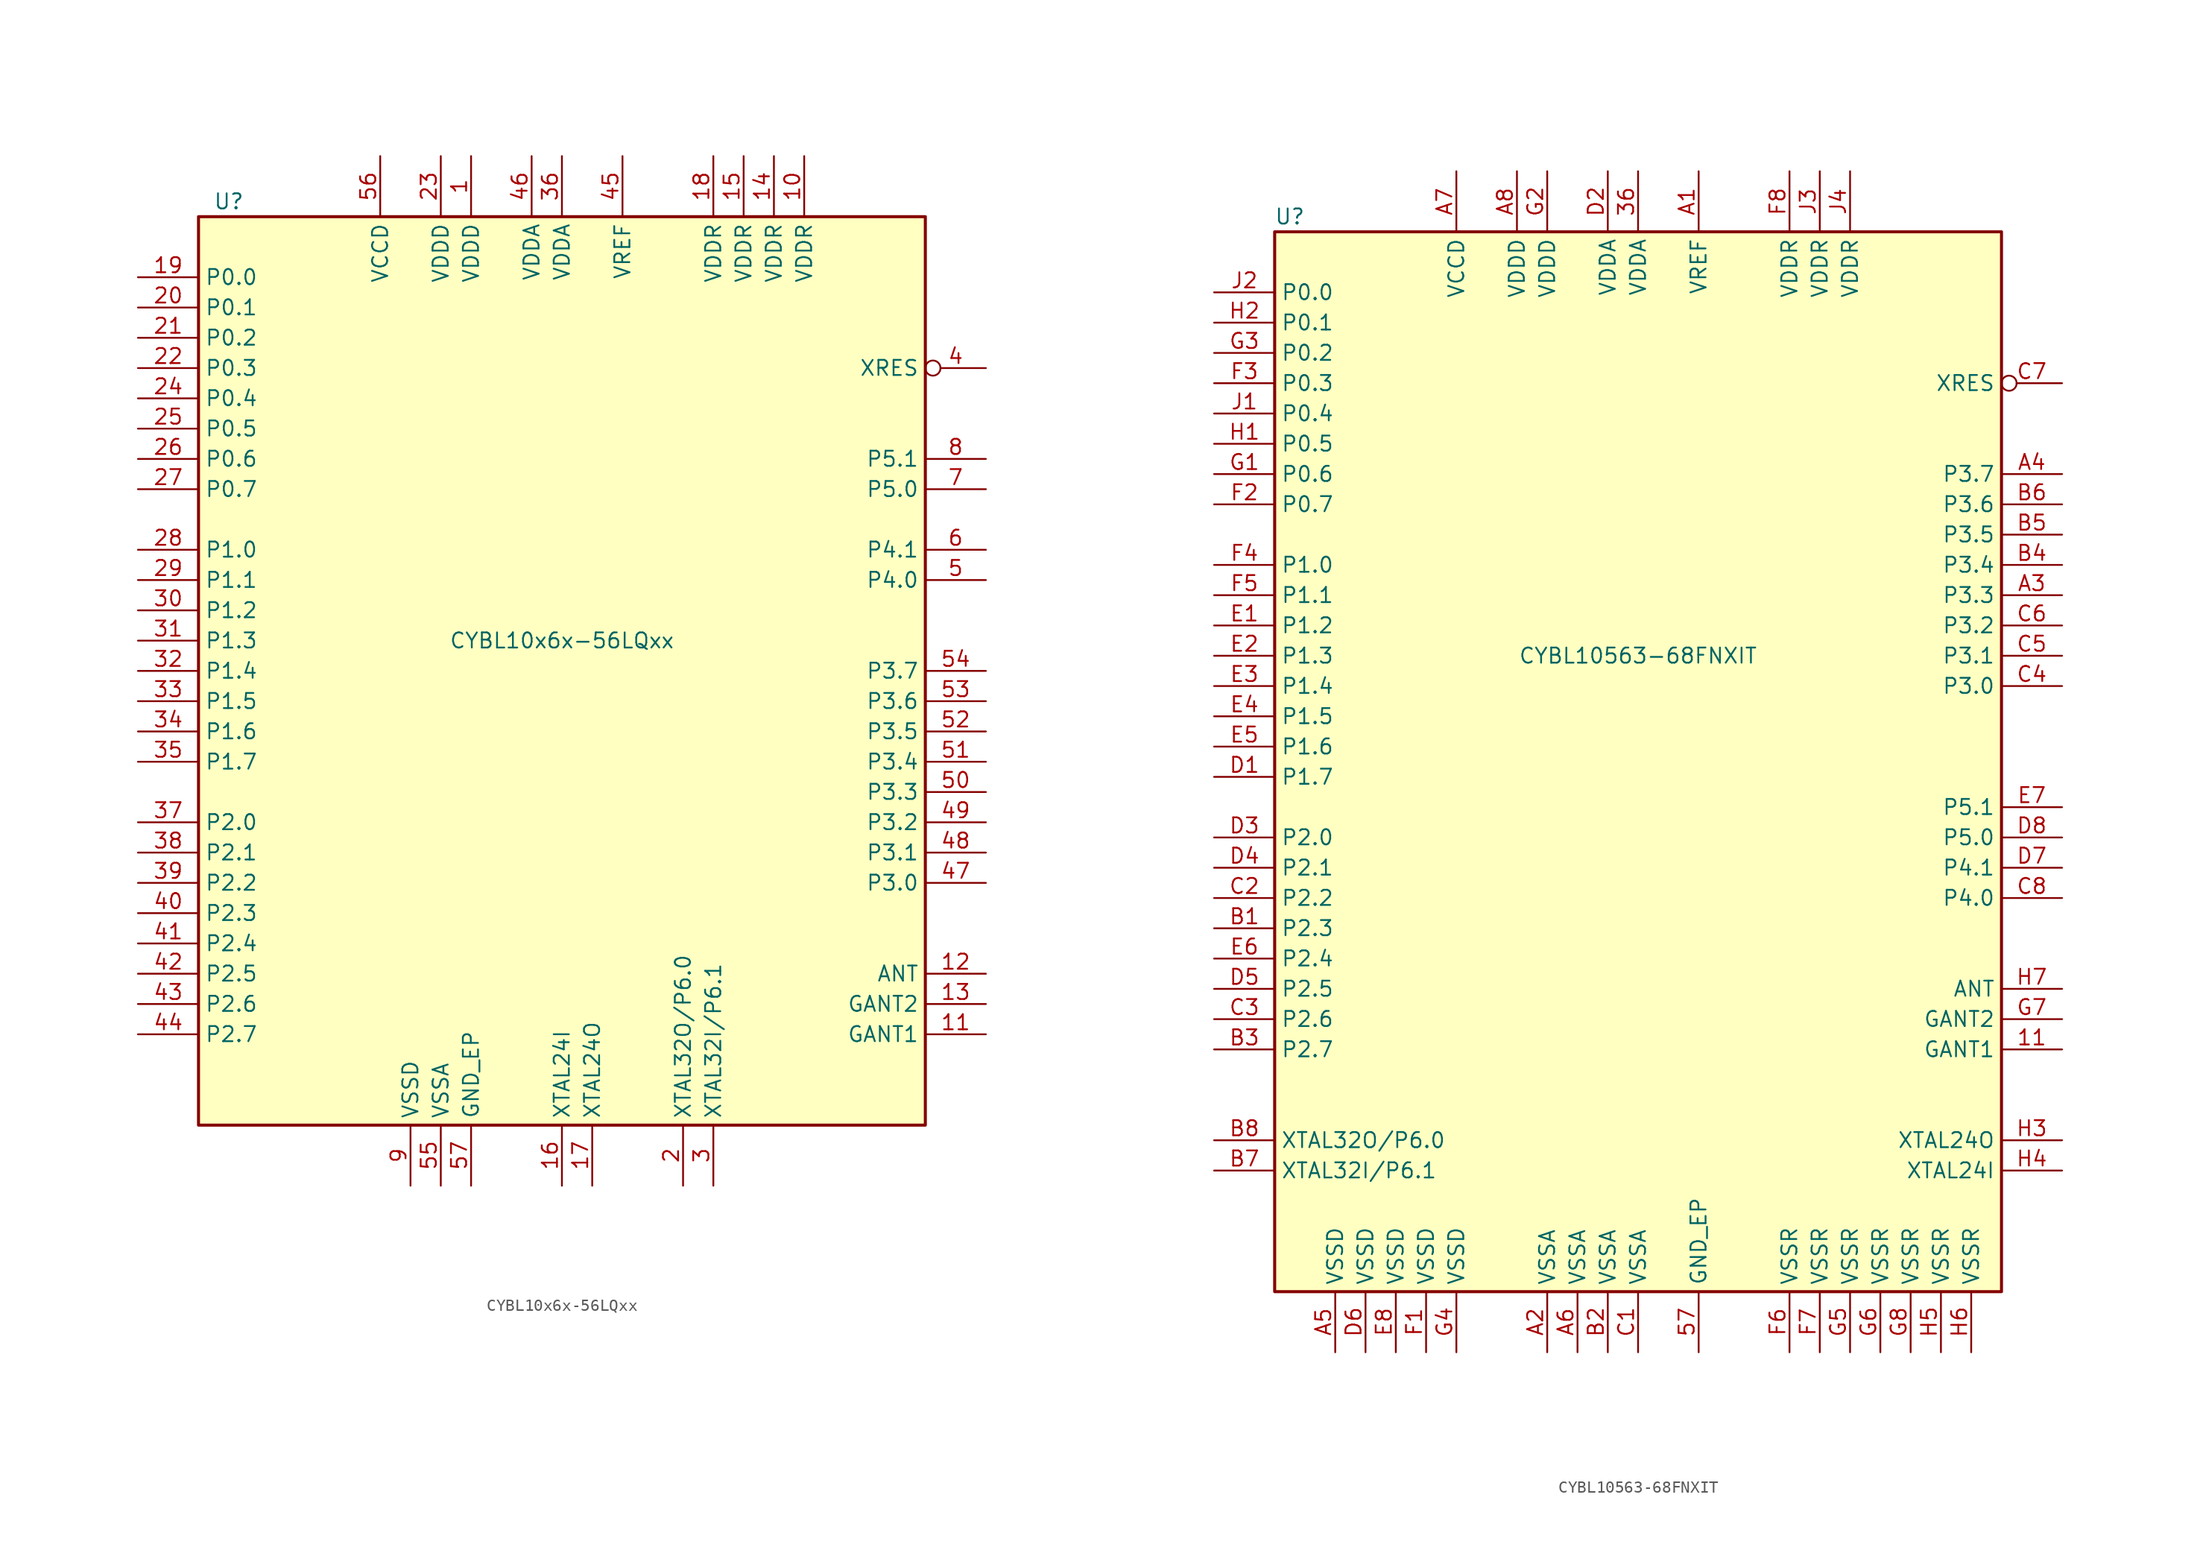
<source format=kicad_sym>
(kicad_symbol_lib
  (version 20231120)
  (generator "kicad_symbol_editor")
  (generator_version "8.0")
  (symbol "CYBL10x6x-56LQxx"
    (property "Reference" "U"
      (at -27.94 39.37 0)
      (effects (font (size 1.27 1.27))))
    (property "Value" "CYBL10x6x-56LQxx"
      (at 0 2.54 0)
      (effects (font (size 1.27 1.27))))
    (symbol "CYBL10x6x-56LQxx_1_0"
      (rectangle (start -30.48 -38.1) (end 30.48 38.1) (stroke (width 0.254) (type default)) (fill (type background))))
    (symbol "CYBL10x6x-56LQxx_1_1"
      (pin power_in line (at -7.62 43.18 270) (length 5.08) (name "VDDD" (effects (font (size 1.27 1.27)))) (number "1" (effects (font (size 1.27 1.27)))))
      (pin power_in line (at 20.32 43.18 270) (length 5.08) (name "VDDR" (effects (font (size 1.27 1.27)))) (number "10" (effects (font (size 1.27 1.27)))))
      (pin power_in line (at 35.56 -30.48 180) (length 5.08) (name "GANT1" (effects (font (size 1.27 1.27)))) (number "11" (effects (font (size 1.27 1.27)))))
      (pin output line (at 35.56 -25.4 180) (length 5.08) (name "ANT" (effects (font (size 1.27 1.27)))) (number "12" (effects (font (size 1.27 1.27)))))
      (pin power_in line (at 35.56 -27.94 180) (length 5.08) (name "GANT2" (effects (font (size 1.27 1.27)))) (number "13" (effects (font (size 1.27 1.27)))))
      (pin power_in line (at 17.78 43.18 270) (length 5.08) (name "VDDR" (effects (font (size 1.27 1.27)))) (number "14" (effects (font (size 1.27 1.27)))))
      (pin power_in line (at 15.24 43.18 270) (length 5.08) (name "VDDR" (effects (font (size 1.27 1.27)))) (number "15" (effects (font (size 1.27 1.27)))))
      (pin input line (at 0 -43.18 90) (length 5.08) (name "XTAL24I" (effects (font (size 1.27 1.27)))) (number "16" (effects (font (size 1.27 1.27)))))
      (pin output line (at 2.54 -43.18 90) (length 5.08) (name "XTAL24O" (effects (font (size 1.27 1.27)))) (number "17" (effects (font (size 1.27 1.27)))))
      (pin power_in line (at 12.7 43.18 270) (length 5.08) (name "VDDR" (effects (font (size 1.27 1.27)))) (number "18" (effects (font (size 1.27 1.27)))))
      (pin bidirectional line (at -35.56 33.02 0) (length 5.08) (name "P0.0" (effects (font (size 1.27 1.27)))) (number "19" (effects (font (size 1.27 1.27)))))
      (pin bidirectional line (at 10.16 -43.18 90) (length 5.08) (name "XTAL32O/P6.0" (effects (font (size 1.27 1.27)))) (number "2" (effects (font (size 1.27 1.27)))))
      (pin bidirectional line (at -35.56 30.48 0) (length 5.08) (name "P0.1" (effects (font (size 1.27 1.27)))) (number "20" (effects (font (size 1.27 1.27)))))
      (pin bidirectional line (at -35.56 27.94 0) (length 5.08) (name "P0.2" (effects (font (size 1.27 1.27)))) (number "21" (effects (font (size 1.27 1.27)))))
      (pin bidirectional line (at -35.56 25.4 0) (length 5.08) (name "P0.3" (effects (font (size 1.27 1.27)))) (number "22" (effects (font (size 1.27 1.27)))))
      (pin power_in line (at -10.16 43.18 270) (length 5.08) (name "VDDD" (effects (font (size 1.27 1.27)))) (number "23" (effects (font (size 1.27 1.27)))))
      (pin bidirectional line (at -35.56 22.86 0) (length 5.08) (name "P0.4" (effects (font (size 1.27 1.27)))) (number "24" (effects (font (size 1.27 1.27)))))
      (pin bidirectional line (at -35.56 20.32 0) (length 5.08) (name "P0.5" (effects (font (size 1.27 1.27)))) (number "25" (effects (font (size 1.27 1.27)))))
      (pin bidirectional line (at -35.56 17.78 0) (length 5.08) (name "P0.6" (effects (font (size 1.27 1.27)))) (number "26" (effects (font (size 1.27 1.27)))))
      (pin bidirectional line (at -35.56 15.24 0) (length 5.08) (name "P0.7" (effects (font (size 1.27 1.27)))) (number "27" (effects (font (size 1.27 1.27)))))
      (pin bidirectional line (at -35.56 10.16 0) (length 5.08) (name "P1.0" (effects (font (size 1.27 1.27)))) (number "28" (effects (font (size 1.27 1.27)))))
      (pin bidirectional line (at -35.56 7.62 0) (length 5.08) (name "P1.1" (effects (font (size 1.27 1.27)))) (number "29" (effects (font (size 1.27 1.27)))))
      (pin bidirectional line (at 12.7 -43.18 90) (length 5.08) (name "XTAL32I/P6.1" (effects (font (size 1.27 1.27)))) (number "3" (effects (font (size 1.27 1.27)))))
      (pin bidirectional line (at -35.56 5.08 0) (length 5.08) (name "P1.2" (effects (font (size 1.27 1.27)))) (number "30" (effects (font (size 1.27 1.27)))))
      (pin bidirectional line (at -35.56 2.54 0) (length 5.08) (name "P1.3" (effects (font (size 1.27 1.27)))) (number "31" (effects (font (size 1.27 1.27)))))
      (pin bidirectional line (at -35.56 0 0) (length 5.08) (name "P1.4" (effects (font (size 1.27 1.27)))) (number "32" (effects (font (size 1.27 1.27)))))
      (pin bidirectional line (at -35.56 -2.54 0) (length 5.08) (name "P1.5" (effects (font (size 1.27 1.27)))) (number "33" (effects (font (size 1.27 1.27)))))
      (pin bidirectional line (at -35.56 -5.08 0) (length 5.08) (name "P1.6" (effects (font (size 1.27 1.27)))) (number "34" (effects (font (size 1.27 1.27)))))
      (pin bidirectional line (at -35.56 -7.62 0) (length 5.08) (name "P1.7" (effects (font (size 1.27 1.27)))) (number "35" (effects (font (size 1.27 1.27)))))
      (pin power_in line (at 0 43.18 270) (length 5.08) (name "VDDA" (effects (font (size 1.27 1.27)))) (number "36" (effects (font (size 1.27 1.27)))))
      (pin bidirectional line (at -35.56 -12.7 0) (length 5.08) (name "P2.0" (effects (font (size 1.27 1.27)))) (number "37" (effects (font (size 1.27 1.27)))))
      (pin bidirectional line (at -35.56 -15.24 0) (length 5.08) (name "P2.1" (effects (font (size 1.27 1.27)))) (number "38" (effects (font (size 1.27 1.27)))))
      (pin bidirectional line (at -35.56 -17.78 0) (length 5.08) (name "P2.2" (effects (font (size 1.27 1.27)))) (number "39" (effects (font (size 1.27 1.27)))))
      (pin input inverted (at 35.56 25.4 180) (length 5.08) (name "XRES" (effects (font (size 1.27 1.27)))) (number "4" (effects (font (size 1.27 1.27)))))
      (pin bidirectional line (at -35.56 -20.32 0) (length 5.08) (name "P2.3" (effects (font (size 1.27 1.27)))) (number "40" (effects (font (size 1.27 1.27)))))
      (pin bidirectional line (at -35.56 -22.86 0) (length 5.08) (name "P2.4" (effects (font (size 1.27 1.27)))) (number "41" (effects (font (size 1.27 1.27)))))
      (pin bidirectional line (at -35.56 -25.4 0) (length 5.08) (name "P2.5" (effects (font (size 1.27 1.27)))) (number "42" (effects (font (size 1.27 1.27)))))
      (pin bidirectional line (at -35.56 -27.94 0) (length 5.08) (name "P2.6" (effects (font (size 1.27 1.27)))) (number "43" (effects (font (size 1.27 1.27)))))
      (pin bidirectional line (at -35.56 -30.48 0) (length 5.08) (name "P2.7" (effects (font (size 1.27 1.27)))) (number "44" (effects (font (size 1.27 1.27)))))
      (pin passive line (at 5.08 43.18 270) (length 5.08) (name "VREF" (effects (font (size 1.27 1.27)))) (number "45" (effects (font (size 1.27 1.27)))))
      (pin power_in line (at -2.54 43.18 270) (length 5.08) (name "VDDA" (effects (font (size 1.27 1.27)))) (number "46" (effects (font (size 1.27 1.27)))))
      (pin bidirectional line (at 35.56 -17.78 180) (length 5.08) (name "P3.0" (effects (font (size 1.27 1.27)))) (number "47" (effects (font (size 1.27 1.27)))))
      (pin bidirectional line (at 35.56 -15.24 180) (length 5.08) (name "P3.1" (effects (font (size 1.27 1.27)))) (number "48" (effects (font (size 1.27 1.27)))))
      (pin bidirectional line (at 35.56 -12.7 180) (length 5.08) (name "P3.2" (effects (font (size 1.27 1.27)))) (number "49" (effects (font (size 1.27 1.27)))))
      (pin bidirectional line (at 35.56 7.62 180) (length 5.08) (name "P4.0" (effects (font (size 1.27 1.27)))) (number "5" (effects (font (size 1.27 1.27)))))
      (pin bidirectional line (at 35.56 -10.16 180) (length 5.08) (name "P3.3" (effects (font (size 1.27 1.27)))) (number "50" (effects (font (size 1.27 1.27)))))
      (pin bidirectional line (at 35.56 -7.62 180) (length 5.08) (name "P3.4" (effects (font (size 1.27 1.27)))) (number "51" (effects (font (size 1.27 1.27)))))
      (pin bidirectional line (at 35.56 -5.08 180) (length 5.08) (name "P3.5" (effects (font (size 1.27 1.27)))) (number "52" (effects (font (size 1.27 1.27)))))
      (pin bidirectional line (at 35.56 -2.54 180) (length 5.08) (name "P3.6" (effects (font (size 1.27 1.27)))) (number "53" (effects (font (size 1.27 1.27)))))
      (pin bidirectional line (at 35.56 0 180) (length 5.08) (name "P3.7" (effects (font (size 1.27 1.27)))) (number "54" (effects (font (size 1.27 1.27)))))
      (pin power_in line (at -10.16 -43.18 90) (length 5.08) (name "VSSA" (effects (font (size 1.27 1.27)))) (number "55" (effects (font (size 1.27 1.27)))))
      (pin power_out line (at -15.24 43.18 270) (length 5.08) (name "VCCD" (effects (font (size 1.27 1.27)))) (number "56" (effects (font (size 1.27 1.27)))))
      (pin power_in line (at -7.62 -43.18 90) (length 5.08) (name "GND_EP" (effects (font (size 1.27 1.27)))) (number "57" (effects (font (size 1.27 1.27)))))
      (pin bidirectional line (at 35.56 10.16 180) (length 5.08) (name "P4.1" (effects (font (size 1.27 1.27)))) (number "6" (effects (font (size 1.27 1.27)))))
      (pin bidirectional line (at 35.56 15.24 180) (length 5.08) (name "P5.0" (effects (font (size 1.27 1.27)))) (number "7" (effects (font (size 1.27 1.27)))))
      (pin bidirectional line (at 35.56 17.78 180) (length 5.08) (name "P5.1" (effects (font (size 1.27 1.27)))) (number "8" (effects (font (size 1.27 1.27)))))
      (pin power_in line (at -12.7 -43.18 90) (length 5.08) (name "VSSD" (effects (font (size 1.27 1.27)))) (number "9" (effects (font (size 1.27 1.27)))))))
  (symbol "CYBL10563-68FNXIT"
    (property "Reference" "U"
      (at -29.21 39.37 0)
      (effects (font (size 1.27 1.27))))
    (property "Value" "CYBL10563-68FNXIT"
      (at 0 2.54 0)
      (effects (font (size 1.27 1.27))))
    (symbol "CYBL10563-68FNXIT_1_0"
      (rectangle (start -30.48 -50.8) (end 30.48 38.1) (stroke (width 0.254) (type default)) (fill (type background))))
    (symbol "CYBL10563-68FNXIT_1_1"
      (pin power_in line (at 35.56 -30.48 180) (length 5.08) (name "GANT1" (effects (font (size 1.27 1.27)))) (number "11" (effects (font (size 1.27 1.27)))))
      (pin power_in line (at 0 43.18 270) (length 5.08) (name "VDDA" (effects (font (size 1.27 1.27)))) (number "36" (effects (font (size 1.27 1.27)))))
      (pin power_in line (at 5.08 -55.88 90) (length 5.08) (name "GND_EP" (effects (font (size 1.27 1.27)))) (number "57" (effects (font (size 1.27 1.27)))))
      (pin passive line (at 5.08 43.18 270) (length 5.08) (name "VREF" (effects (font (size 1.27 1.27)))) (number "A1" (effects (font (size 1.27 1.27)))))
      (pin power_in line (at -7.62 -55.88 90) (length 5.08) (name "VSSA" (effects (font (size 1.27 1.27)))) (number "A2" (effects (font (size 1.27 1.27)))))
      (pin bidirectional line (at 35.56 7.62 180) (length 5.08) (name "P3.3" (effects (font (size 1.27 1.27)))) (number "A3" (effects (font (size 1.27 1.27)))))
      (pin bidirectional line (at 35.56 17.78 180) (length 5.08) (name "P3.7" (effects (font (size 1.27 1.27)))) (number "A4" (effects (font (size 1.27 1.27)))))
      (pin power_in line (at -25.4 -55.88 90) (length 5.08) (name "VSSD" (effects (font (size 1.27 1.27)))) (number "A5" (effects (font (size 1.27 1.27)))))
      (pin power_in line (at -5.08 -55.88 90) (length 5.08) (name "VSSA" (effects (font (size 1.27 1.27)))) (number "A6" (effects (font (size 1.27 1.27)))))
      (pin power_out line (at -15.24 43.18 270) (length 5.08) (name "VCCD" (effects (font (size 1.27 1.27)))) (number "A7" (effects (font (size 1.27 1.27)))))
      (pin power_in line (at -10.16 43.18 270) (length 5.08) (name "VDDD" (effects (font (size 1.27 1.27)))) (number "A8" (effects (font (size 1.27 1.27)))))
      (pin bidirectional line (at -35.56 -20.32 0) (length 5.08) (name "P2.3" (effects (font (size 1.27 1.27)))) (number "B1" (effects (font (size 1.27 1.27)))))
      (pin bidirectional line (at -2.54 -55.88 90) (length 5.08) (name "VSSA" (effects (font (size 1.27 1.27)))) (number "B2" (effects (font (size 1.27 1.27)))))
      (pin bidirectional line (at -35.56 -30.48 0) (length 5.08) (name "P2.7" (effects (font (size 1.27 1.27)))) (number "B3" (effects (font (size 1.27 1.27)))))
      (pin bidirectional line (at 35.56 10.16 180) (length 5.08) (name "P3.4" (effects (font (size 1.27 1.27)))) (number "B4" (effects (font (size 1.27 1.27)))))
      (pin bidirectional line (at 35.56 12.7 180) (length 5.08) (name "P3.5" (effects (font (size 1.27 1.27)))) (number "B5" (effects (font (size 1.27 1.27)))))
      (pin bidirectional line (at 35.56 15.24 180) (length 5.08) (name "P3.6" (effects (font (size 1.27 1.27)))) (number "B6" (effects (font (size 1.27 1.27)))))
      (pin bidirectional line (at -35.56 -40.64 0) (length 5.08) (name "XTAL32I/P6.1" (effects (font (size 1.27 1.27)))) (number "B7" (effects (font (size 1.27 1.27)))))
      (pin bidirectional line (at -35.56 -38.1 0) (length 5.08) (name "XTAL32O/P6.0" (effects (font (size 1.27 1.27)))) (number "B8" (effects (font (size 1.27 1.27)))))
      (pin power_in line (at 0 -55.88 90) (length 5.08) (name "VSSA" (effects (font (size 1.27 1.27)))) (number "C1" (effects (font (size 1.27 1.27)))))
      (pin bidirectional line (at -35.56 -17.78 0) (length 5.08) (name "P2.2" (effects (font (size 1.27 1.27)))) (number "C2" (effects (font (size 1.27 1.27)))))
      (pin bidirectional line (at -35.56 -27.94 0) (length 5.08) (name "P2.6" (effects (font (size 1.27 1.27)))) (number "C3" (effects (font (size 1.27 1.27)))))
      (pin bidirectional line (at 35.56 0 180) (length 5.08) (name "P3.0" (effects (font (size 1.27 1.27)))) (number "C4" (effects (font (size 1.27 1.27)))))
      (pin bidirectional line (at 35.56 2.54 180) (length 5.08) (name "P3.1" (effects (font (size 1.27 1.27)))) (number "C5" (effects (font (size 1.27 1.27)))))
      (pin bidirectional line (at 35.56 5.08 180) (length 5.08) (name "P3.2" (effects (font (size 1.27 1.27)))) (number "C6" (effects (font (size 1.27 1.27)))))
      (pin input inverted (at 35.56 25.4 180) (length 5.08) (name "XRES" (effects (font (size 1.27 1.27)))) (number "C7" (effects (font (size 1.27 1.27)))))
      (pin bidirectional line (at 35.56 -17.78 180) (length 5.08) (name "P4.0" (effects (font (size 1.27 1.27)))) (number "C8" (effects (font (size 1.27 1.27)))))
      (pin bidirectional line (at -35.56 -7.62 0) (length 5.08) (name "P1.7" (effects (font (size 1.27 1.27)))) (number "D1" (effects (font (size 1.27 1.27)))))
      (pin power_in line (at -2.54 43.18 270) (length 5.08) (name "VDDA" (effects (font (size 1.27 1.27)))) (number "D2" (effects (font (size 1.27 1.27)))))
      (pin bidirectional line (at -35.56 -12.7 0) (length 5.08) (name "P2.0" (effects (font (size 1.27 1.27)))) (number "D3" (effects (font (size 1.27 1.27)))))
      (pin bidirectional line (at -35.56 -15.24 0) (length 5.08) (name "P2.1" (effects (font (size 1.27 1.27)))) (number "D4" (effects (font (size 1.27 1.27)))))
      (pin bidirectional line (at -35.56 -25.4 0) (length 5.08) (name "P2.5" (effects (font (size 1.27 1.27)))) (number "D5" (effects (font (size 1.27 1.27)))))
      (pin power_in line (at -22.86 -55.88 90) (length 5.08) (name "VSSD" (effects (font (size 1.27 1.27)))) (number "D6" (effects (font (size 1.27 1.27)))))
      (pin bidirectional line (at 35.56 -15.24 180) (length 5.08) (name "P4.1" (effects (font (size 1.27 1.27)))) (number "D7" (effects (font (size 1.27 1.27)))))
      (pin bidirectional line (at 35.56 -12.7 180) (length 5.08) (name "P5.0" (effects (font (size 1.27 1.27)))) (number "D8" (effects (font (size 1.27 1.27)))))
      (pin bidirectional line (at -35.56 5.08 0) (length 5.08) (name "P1.2" (effects (font (size 1.27 1.27)))) (number "E1" (effects (font (size 1.27 1.27)))))
      (pin bidirectional line (at -35.56 2.54 0) (length 5.08) (name "P1.3" (effects (font (size 1.27 1.27)))) (number "E2" (effects (font (size 1.27 1.27)))))
      (pin bidirectional line (at -35.56 0 0) (length 5.08) (name "P1.4" (effects (font (size 1.27 1.27)))) (number "E3" (effects (font (size 1.27 1.27)))))
      (pin bidirectional line (at -35.56 -2.54 0) (length 5.08) (name "P1.5" (effects (font (size 1.27 1.27)))) (number "E4" (effects (font (size 1.27 1.27)))))
      (pin bidirectional line (at -35.56 -5.08 0) (length 5.08) (name "P1.6" (effects (font (size 1.27 1.27)))) (number "E5" (effects (font (size 1.27 1.27)))))
      (pin bidirectional line (at -35.56 -22.86 0) (length 5.08) (name "P2.4" (effects (font (size 1.27 1.27)))) (number "E6" (effects (font (size 1.27 1.27)))))
      (pin bidirectional line (at 35.56 -10.16 180) (length 5.08) (name "P5.1" (effects (font (size 1.27 1.27)))) (number "E7" (effects (font (size 1.27 1.27)))))
      (pin power_in line (at -20.32 -55.88 90) (length 5.08) (name "VSSD" (effects (font (size 1.27 1.27)))) (number "E8" (effects (font (size 1.27 1.27)))))
      (pin power_in line (at -17.78 -55.88 90) (length 5.08) (name "VSSD" (effects (font (size 1.27 1.27)))) (number "F1" (effects (font (size 1.27 1.27)))))
      (pin bidirectional line (at -35.56 15.24 0) (length 5.08) (name "P0.7" (effects (font (size 1.27 1.27)))) (number "F2" (effects (font (size 1.27 1.27)))))
      (pin bidirectional line (at -35.56 25.4 0) (length 5.08) (name "P0.3" (effects (font (size 1.27 1.27)))) (number "F3" (effects (font (size 1.27 1.27)))))
      (pin bidirectional line (at -35.56 10.16 0) (length 5.08) (name "P1.0" (effects (font (size 1.27 1.27)))) (number "F4" (effects (font (size 1.27 1.27)))))
      (pin bidirectional line (at -35.56 7.62 0) (length 5.08) (name "P1.1" (effects (font (size 1.27 1.27)))) (number "F5" (effects (font (size 1.27 1.27)))))
      (pin power_in line (at 12.7 -55.88 90) (length 5.08) (name "VSSR" (effects (font (size 1.27 1.27)))) (number "F6" (effects (font (size 1.27 1.27)))))
      (pin power_in line (at 15.24 -55.88 90) (length 5.08) (name "VSSR" (effects (font (size 1.27 1.27)))) (number "F7" (effects (font (size 1.27 1.27)))))
      (pin power_in line (at 12.7 43.18 270) (length 5.08) (name "VDDR" (effects (font (size 1.27 1.27)))) (number "F8" (effects (font (size 1.27 1.27)))))
      (pin bidirectional line (at -35.56 17.78 0) (length 5.08) (name "P0.6" (effects (font (size 1.27 1.27)))) (number "G1" (effects (font (size 1.27 1.27)))))
      (pin power_in line (at -7.62 43.18 270) (length 5.08) (name "VDDD" (effects (font (size 1.27 1.27)))) (number "G2" (effects (font (size 1.27 1.27)))))
      (pin bidirectional line (at -35.56 27.94 0) (length 5.08) (name "P0.2" (effects (font (size 1.27 1.27)))) (number "G3" (effects (font (size 1.27 1.27)))))
      (pin power_in line (at -15.24 -55.88 90) (length 5.08) (name "VSSD" (effects (font (size 1.27 1.27)))) (number "G4" (effects (font (size 1.27 1.27)))))
      (pin power_in line (at 17.78 -55.88 90) (length 5.08) (name "VSSR" (effects (font (size 1.27 1.27)))) (number "G5" (effects (font (size 1.27 1.27)))))
      (pin power_in line (at 20.32 -55.88 90) (length 5.08) (name "VSSR" (effects (font (size 1.27 1.27)))) (number "G6" (effects (font (size 1.27 1.27)))))
      (pin power_in line (at 35.56 -27.94 180) (length 5.08) (name "GANT2" (effects (font (size 1.27 1.27)))) (number "G7" (effects (font (size 1.27 1.27)))))
      (pin power_in line (at 22.86 -55.88 90) (length 5.08) (name "VSSR" (effects (font (size 1.27 1.27)))) (number "G8" (effects (font (size 1.27 1.27)))))
      (pin bidirectional line (at -35.56 20.32 0) (length 5.08) (name "P0.5" (effects (font (size 1.27 1.27)))) (number "H1" (effects (font (size 1.27 1.27)))))
      (pin bidirectional line (at -35.56 30.48 0) (length 5.08) (name "P0.1" (effects (font (size 1.27 1.27)))) (number "H2" (effects (font (size 1.27 1.27)))))
      (pin output line (at 35.56 -38.1 180) (length 5.08) (name "XTAL24O" (effects (font (size 1.27 1.27)))) (number "H3" (effects (font (size 1.27 1.27)))))
      (pin input line (at 35.56 -40.64 180) (length 5.08) (name "XTAL24I" (effects (font (size 1.27 1.27)))) (number "H4" (effects (font (size 1.27 1.27)))))
      (pin power_in line (at 25.4 -55.88 90) (length 5.08) (name "VSSR" (effects (font (size 1.27 1.27)))) (number "H5" (effects (font (size 1.27 1.27)))))
      (pin power_in line (at 27.94 -55.88 90) (length 5.08) (name "VSSR" (effects (font (size 1.27 1.27)))) (number "H6" (effects (font (size 1.27 1.27)))))
      (pin output line (at 35.56 -25.4 180) (length 5.08) (name "ANT" (effects (font (size 1.27 1.27)))) (number "H7" (effects (font (size 1.27 1.27)))))
      (pin bidirectional line (at -35.56 22.86 0) (length 5.08) (name "P0.4" (effects (font (size 1.27 1.27)))) (number "J1" (effects (font (size 1.27 1.27)))))
      (pin bidirectional line (at -35.56 33.02 0) (length 5.08) (name "P0.0" (effects (font (size 1.27 1.27)))) (number "J2" (effects (font (size 1.27 1.27)))))
      (pin power_in line (at 15.24 43.18 270) (length 5.08) (name "VDDR" (effects (font (size 1.27 1.27)))) (number "J3" (effects (font (size 1.27 1.27)))))
      (pin power_in line (at 17.78 43.18 270) (length 5.08) (name "VDDR" (effects (font (size 1.27 1.27)))) (number "J4" (effects (font (size 1.27 1.27)))))
      (pin no_connect line (at 30.48 30.48 180) (length 2.54) hide (name "NC" (effects (font (size 1.27 1.27)))) (number "J7" (effects (font (size 1.27 1.27))))))))
</source>
